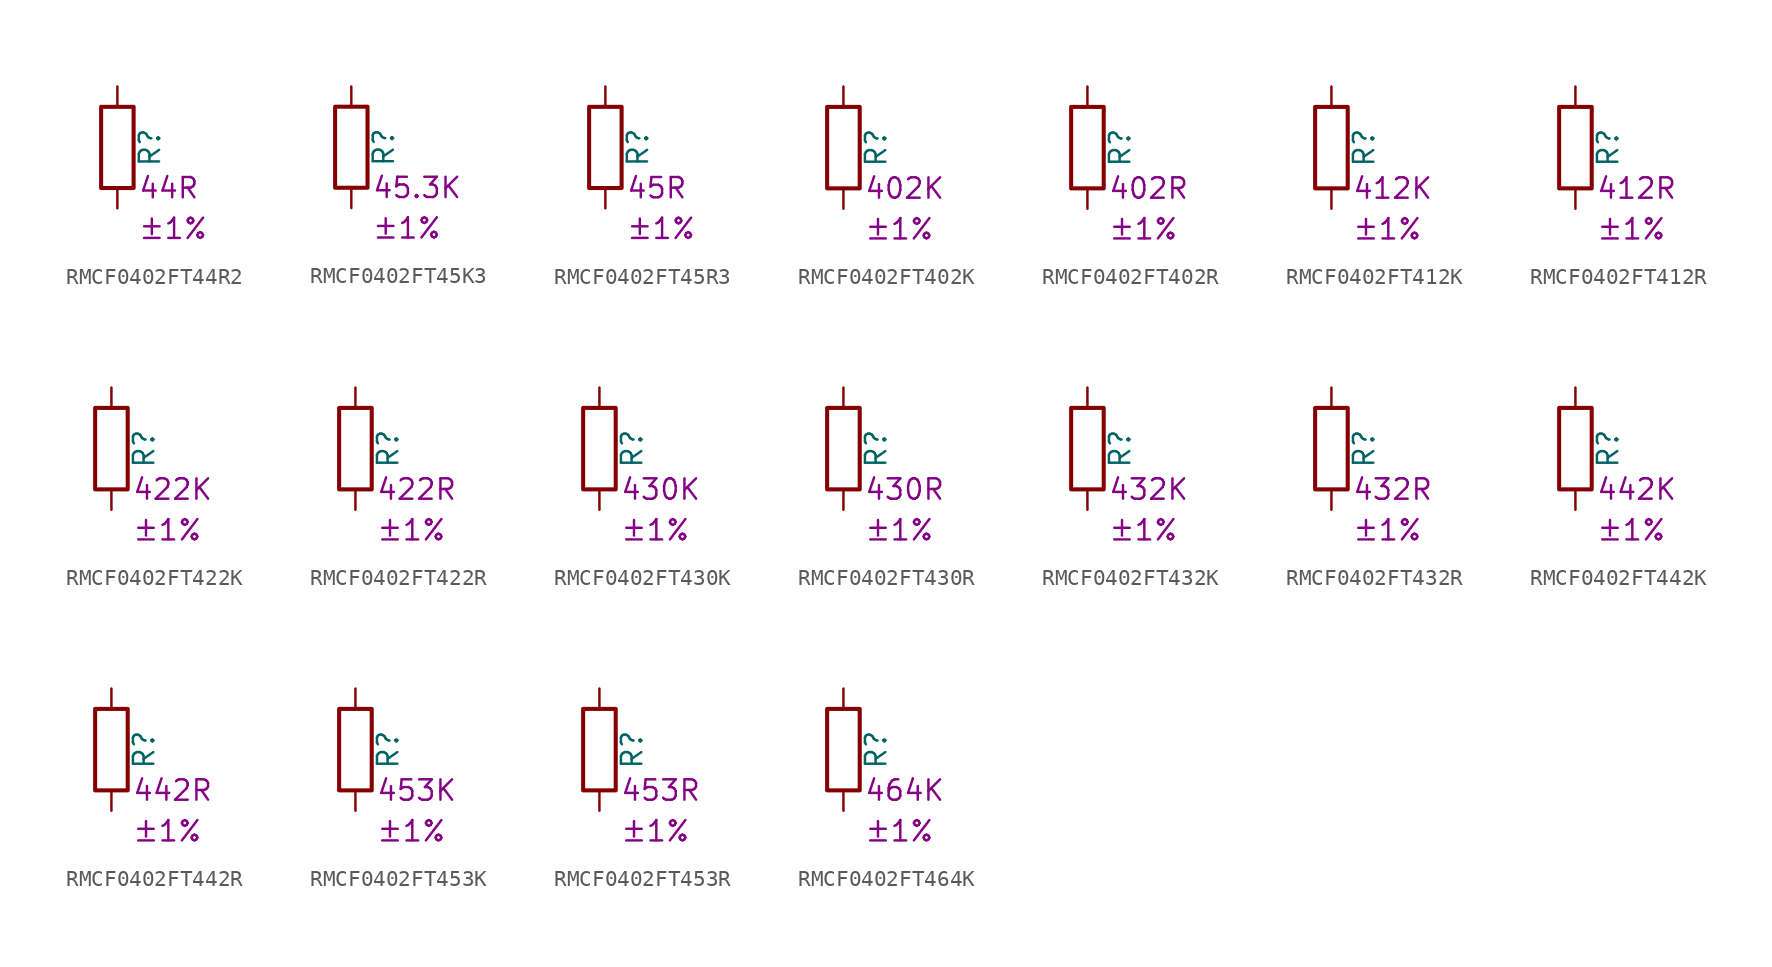
<source format=kicad_sym>
(kicad_symbol_lib
  (version 20220914)
  (generator kicad_symbol_editor)
  (symbol "RMCF0402FT44R2"
    (pin_numbers hide)
    (pin_names
      (offset 0))
    (property "Reference" "R"
      (at 2.032 0 90)
      (effects (font (size 1.27 1.27))))
    (property "Resistance" "44R"
      (at 1.27 -2.54 0)
      (effects (font (size 1.27 1.27)) (justify left)))
    (property "Tolerance" "±1%"
      (at 1.27 -5.08 0)
      (effects (font (size 1.27 1.27)) (justify left)))
    (symbol "RMCF0402FT44R2_0_1"
      (rectangle (start -1.016 -2.54) (end 1.016 2.54) (stroke (width 0.254) (type default)) (fill (type none))))
    (symbol "RMCF0402FT44R2_1_1"
      (pin passive line (at 0 3.81 270) (length 1.27) (name "~" (effects (font (size 1.27 1.27)))) (number "1" (effects (font (size 1.27 1.27)))))
      (pin passive line (at 0 -3.81 90) (length 1.27) (name "~" (effects (font (size 1.27 1.27)))) (number "2" (effects (font (size 1.27 1.27)))))))
  (symbol "RMCF0402FT45K3"
    (pin_numbers hide)
    (pin_names
      (offset 0))
    (property "Reference" "R"
      (at 2.032 0 90)
      (effects (font (size 1.27 1.27))))
    (property "Resistance" "45.3K"
      (at 1.27 -2.54 0)
      (effects (font (size 1.27 1.27)) (justify left)))
    (property "Tolerance" "±1%"
      (at 1.27 -5.08 0)
      (effects (font (size 1.27 1.27)) (justify left)))
    (symbol "RMCF0402FT45K3_0_1"
      (rectangle (start -1.016 -2.54) (end 1.016 2.54) (stroke (width 0.254) (type default)) (fill (type none))))
    (symbol "RMCF0402FT45K3_1_1"
      (pin passive line (at 0 3.81 270) (length 1.27) (name "~" (effects (font (size 1.27 1.27)))) (number "1" (effects (font (size 1.27 1.27)))))
      (pin passive line (at 0 -3.81 90) (length 1.27) (name "~" (effects (font (size 1.27 1.27)))) (number "2" (effects (font (size 1.27 1.27)))))))
  (symbol "RMCF0402FT45R3"
    (pin_numbers hide)
    (pin_names
      (offset 0))
    (property "Reference" "R"
      (at 2.032 0 90)
      (effects (font (size 1.27 1.27))))
    (property "Resistance" "45R"
      (at 1.27 -2.54 0)
      (effects (font (size 1.27 1.27)) (justify left)))
    (property "Tolerance" "±1%"
      (at 1.27 -5.08 0)
      (effects (font (size 1.27 1.27)) (justify left)))
    (symbol "RMCF0402FT45R3_0_1"
      (rectangle (start -1.016 -2.54) (end 1.016 2.54) (stroke (width 0.254) (type default)) (fill (type none))))
    (symbol "RMCF0402FT45R3_1_1"
      (pin passive line (at 0 3.81 270) (length 1.27) (name "~" (effects (font (size 1.27 1.27)))) (number "1" (effects (font (size 1.27 1.27)))))
      (pin passive line (at 0 -3.81 90) (length 1.27) (name "~" (effects (font (size 1.27 1.27)))) (number "2" (effects (font (size 1.27 1.27)))))))
  (symbol "RMCF0402FT402K"
    (pin_numbers hide)
    (pin_names
      (offset 0))
    (property "Reference" "R"
      (at 2.032 0 90)
      (effects (font (size 1.27 1.27))))
    (property "Resistance" "402K"
      (at 1.27 -2.54 0)
      (effects (font (size 1.27 1.27)) (justify left)))
    (property "Tolerance" "±1%"
      (at 1.27 -5.08 0)
      (effects (font (size 1.27 1.27)) (justify left)))
    (symbol "RMCF0402FT402K_0_1"
      (rectangle (start -1.016 -2.54) (end 1.016 2.54) (stroke (width 0.254) (type default)) (fill (type none))))
    (symbol "RMCF0402FT402K_1_1"
      (pin passive line (at 0 3.81 270) (length 1.27) (name "~" (effects (font (size 1.27 1.27)))) (number "1" (effects (font (size 1.27 1.27)))))
      (pin passive line (at 0 -3.81 90) (length 1.27) (name "~" (effects (font (size 1.27 1.27)))) (number "2" (effects (font (size 1.27 1.27)))))))
  (symbol "RMCF0402FT402R"
    (pin_numbers hide)
    (pin_names
      (offset 0))
    (property "Reference" "R"
      (at 2.032 0 90)
      (effects (font (size 1.27 1.27))))
    (property "Resistance" "402R"
      (at 1.27 -2.54 0)
      (effects (font (size 1.27 1.27)) (justify left)))
    (property "Tolerance" "±1%"
      (at 1.27 -5.08 0)
      (effects (font (size 1.27 1.27)) (justify left)))
    (symbol "RMCF0402FT402R_0_1"
      (rectangle (start -1.016 -2.54) (end 1.016 2.54) (stroke (width 0.254) (type default)) (fill (type none))))
    (symbol "RMCF0402FT402R_1_1"
      (pin passive line (at 0 3.81 270) (length 1.27) (name "~" (effects (font (size 1.27 1.27)))) (number "1" (effects (font (size 1.27 1.27)))))
      (pin passive line (at 0 -3.81 90) (length 1.27) (name "~" (effects (font (size 1.27 1.27)))) (number "2" (effects (font (size 1.27 1.27)))))))
  (symbol "RMCF0402FT412K"
    (pin_numbers hide)
    (pin_names
      (offset 0))
    (property "Reference" "R"
      (at 2.032 0 90)
      (effects (font (size 1.27 1.27))))
    (property "Resistance" "412K"
      (at 1.27 -2.54 0)
      (effects (font (size 1.27 1.27)) (justify left)))
    (property "Tolerance" "±1%"
      (at 1.27 -5.08 0)
      (effects (font (size 1.27 1.27)) (justify left)))
    (symbol "RMCF0402FT412K_0_1"
      (rectangle (start -1.016 -2.54) (end 1.016 2.54) (stroke (width 0.254) (type default)) (fill (type none))))
    (symbol "RMCF0402FT412K_1_1"
      (pin passive line (at 0 3.81 270) (length 1.27) (name "~" (effects (font (size 1.27 1.27)))) (number "1" (effects (font (size 1.27 1.27)))))
      (pin passive line (at 0 -3.81 90) (length 1.27) (name "~" (effects (font (size 1.27 1.27)))) (number "2" (effects (font (size 1.27 1.27)))))))
  (symbol "RMCF0402FT412R"
    (pin_numbers hide)
    (pin_names
      (offset 0))
    (property "Reference" "R"
      (at 2.032 0 90)
      (effects (font (size 1.27 1.27))))
    (property "Resistance" "412R"
      (at 1.27 -2.54 0)
      (effects (font (size 1.27 1.27)) (justify left)))
    (property "Tolerance" "±1%"
      (at 1.27 -5.08 0)
      (effects (font (size 1.27 1.27)) (justify left)))
    (symbol "RMCF0402FT412R_0_1"
      (rectangle (start -1.016 -2.54) (end 1.016 2.54) (stroke (width 0.254) (type default)) (fill (type none))))
    (symbol "RMCF0402FT412R_1_1"
      (pin passive line (at 0 3.81 270) (length 1.27) (name "~" (effects (font (size 1.27 1.27)))) (number "1" (effects (font (size 1.27 1.27)))))
      (pin passive line (at 0 -3.81 90) (length 1.27) (name "~" (effects (font (size 1.27 1.27)))) (number "2" (effects (font (size 1.27 1.27)))))))
  (symbol "RMCF0402FT422K"
    (pin_numbers hide)
    (pin_names
      (offset 0))
    (property "Reference" "R"
      (at 2.032 0 90)
      (effects (font (size 1.27 1.27))))
    (property "Resistance" "422K"
      (at 1.27 -2.54 0)
      (effects (font (size 1.27 1.27)) (justify left)))
    (property "Tolerance" "±1%"
      (at 1.27 -5.08 0)
      (effects (font (size 1.27 1.27)) (justify left)))
    (symbol "RMCF0402FT422K_0_1"
      (rectangle (start -1.016 -2.54) (end 1.016 2.54) (stroke (width 0.254) (type default)) (fill (type none))))
    (symbol "RMCF0402FT422K_1_1"
      (pin passive line (at 0 3.81 270) (length 1.27) (name "~" (effects (font (size 1.27 1.27)))) (number "1" (effects (font (size 1.27 1.27)))))
      (pin passive line (at 0 -3.81 90) (length 1.27) (name "~" (effects (font (size 1.27 1.27)))) (number "2" (effects (font (size 1.27 1.27)))))))
  (symbol "RMCF0402FT422R"
    (pin_numbers hide)
    (pin_names
      (offset 0))
    (property "Reference" "R"
      (at 2.032 0 90)
      (effects (font (size 1.27 1.27))))
    (property "Resistance" "422R"
      (at 1.27 -2.54 0)
      (effects (font (size 1.27 1.27)) (justify left)))
    (property "Tolerance" "±1%"
      (at 1.27 -5.08 0)
      (effects (font (size 1.27 1.27)) (justify left)))
    (symbol "RMCF0402FT422R_0_1"
      (rectangle (start -1.016 -2.54) (end 1.016 2.54) (stroke (width 0.254) (type default)) (fill (type none))))
    (symbol "RMCF0402FT422R_1_1"
      (pin passive line (at 0 3.81 270) (length 1.27) (name "~" (effects (font (size 1.27 1.27)))) (number "1" (effects (font (size 1.27 1.27)))))
      (pin passive line (at 0 -3.81 90) (length 1.27) (name "~" (effects (font (size 1.27 1.27)))) (number "2" (effects (font (size 1.27 1.27)))))))
  (symbol "RMCF0402FT430K"
    (pin_numbers hide)
    (pin_names
      (offset 0))
    (property "Reference" "R"
      (at 2.032 0 90)
      (effects (font (size 1.27 1.27))))
    (property "Resistance" "430K"
      (at 1.27 -2.54 0)
      (effects (font (size 1.27 1.27)) (justify left)))
    (property "Tolerance" "±1%"
      (at 1.27 -5.08 0)
      (effects (font (size 1.27 1.27)) (justify left)))
    (symbol "RMCF0402FT430K_0_1"
      (rectangle (start -1.016 -2.54) (end 1.016 2.54) (stroke (width 0.254) (type default)) (fill (type none))))
    (symbol "RMCF0402FT430K_1_1"
      (pin passive line (at 0 3.81 270) (length 1.27) (name "~" (effects (font (size 1.27 1.27)))) (number "1" (effects (font (size 1.27 1.27)))))
      (pin passive line (at 0 -3.81 90) (length 1.27) (name "~" (effects (font (size 1.27 1.27)))) (number "2" (effects (font (size 1.27 1.27)))))))
  (symbol "RMCF0402FT430R"
    (pin_numbers hide)
    (pin_names
      (offset 0))
    (property "Reference" "R"
      (at 2.032 0 90)
      (effects (font (size 1.27 1.27))))
    (property "Resistance" "430R"
      (at 1.27 -2.54 0)
      (effects (font (size 1.27 1.27)) (justify left)))
    (property "Tolerance" "±1%"
      (at 1.27 -5.08 0)
      (effects (font (size 1.27 1.27)) (justify left)))
    (symbol "RMCF0402FT430R_0_1"
      (rectangle (start -1.016 -2.54) (end 1.016 2.54) (stroke (width 0.254) (type default)) (fill (type none))))
    (symbol "RMCF0402FT430R_1_1"
      (pin passive line (at 0 3.81 270) (length 1.27) (name "~" (effects (font (size 1.27 1.27)))) (number "1" (effects (font (size 1.27 1.27)))))
      (pin passive line (at 0 -3.81 90) (length 1.27) (name "~" (effects (font (size 1.27 1.27)))) (number "2" (effects (font (size 1.27 1.27)))))))
  (symbol "RMCF0402FT432K"
    (pin_numbers hide)
    (pin_names
      (offset 0))
    (property "Reference" "R"
      (at 2.032 0 90)
      (effects (font (size 1.27 1.27))))
    (property "Resistance" "432K"
      (at 1.27 -2.54 0)
      (effects (font (size 1.27 1.27)) (justify left)))
    (property "Tolerance" "±1%"
      (at 1.27 -5.08 0)
      (effects (font (size 1.27 1.27)) (justify left)))
    (symbol "RMCF0402FT432K_0_1"
      (rectangle (start -1.016 -2.54) (end 1.016 2.54) (stroke (width 0.254) (type default)) (fill (type none))))
    (symbol "RMCF0402FT432K_1_1"
      (pin passive line (at 0 3.81 270) (length 1.27) (name "~" (effects (font (size 1.27 1.27)))) (number "1" (effects (font (size 1.27 1.27)))))
      (pin passive line (at 0 -3.81 90) (length 1.27) (name "~" (effects (font (size 1.27 1.27)))) (number "2" (effects (font (size 1.27 1.27)))))))
  (symbol "RMCF0402FT432R"
    (pin_numbers hide)
    (pin_names
      (offset 0))
    (property "Reference" "R"
      (at 2.032 0 90)
      (effects (font (size 1.27 1.27))))
    (property "Resistance" "432R"
      (at 1.27 -2.54 0)
      (effects (font (size 1.27 1.27)) (justify left)))
    (property "Tolerance" "±1%"
      (at 1.27 -5.08 0)
      (effects (font (size 1.27 1.27)) (justify left)))
    (symbol "RMCF0402FT432R_0_1"
      (rectangle (start -1.016 -2.54) (end 1.016 2.54) (stroke (width 0.254) (type default)) (fill (type none))))
    (symbol "RMCF0402FT432R_1_1"
      (pin passive line (at 0 3.81 270) (length 1.27) (name "~" (effects (font (size 1.27 1.27)))) (number "1" (effects (font (size 1.27 1.27)))))
      (pin passive line (at 0 -3.81 90) (length 1.27) (name "~" (effects (font (size 1.27 1.27)))) (number "2" (effects (font (size 1.27 1.27)))))))
  (symbol "RMCF0402FT442K"
    (pin_numbers hide)
    (pin_names
      (offset 0))
    (property "Reference" "R"
      (at 2.032 0 90)
      (effects (font (size 1.27 1.27))))
    (property "Resistance" "442K"
      (at 1.27 -2.54 0)
      (effects (font (size 1.27 1.27)) (justify left)))
    (property "Tolerance" "±1%"
      (at 1.27 -5.08 0)
      (effects (font (size 1.27 1.27)) (justify left)))
    (symbol "RMCF0402FT442K_0_1"
      (rectangle (start -1.016 -2.54) (end 1.016 2.54) (stroke (width 0.254) (type default)) (fill (type none))))
    (symbol "RMCF0402FT442K_1_1"
      (pin passive line (at 0 3.81 270) (length 1.27) (name "~" (effects (font (size 1.27 1.27)))) (number "1" (effects (font (size 1.27 1.27)))))
      (pin passive line (at 0 -3.81 90) (length 1.27) (name "~" (effects (font (size 1.27 1.27)))) (number "2" (effects (font (size 1.27 1.27)))))))
  (symbol "RMCF0402FT442R"
    (pin_numbers hide)
    (pin_names
      (offset 0))
    (property "Reference" "R"
      (at 2.032 0 90)
      (effects (font (size 1.27 1.27))))
    (property "Resistance" "442R"
      (at 1.27 -2.54 0)
      (effects (font (size 1.27 1.27)) (justify left)))
    (property "Tolerance" "±1%"
      (at 1.27 -5.08 0)
      (effects (font (size 1.27 1.27)) (justify left)))
    (symbol "RMCF0402FT442R_0_1"
      (rectangle (start -1.016 -2.54) (end 1.016 2.54) (stroke (width 0.254) (type default)) (fill (type none))))
    (symbol "RMCF0402FT442R_1_1"
      (pin passive line (at 0 3.81 270) (length 1.27) (name "~" (effects (font (size 1.27 1.27)))) (number "1" (effects (font (size 1.27 1.27)))))
      (pin passive line (at 0 -3.81 90) (length 1.27) (name "~" (effects (font (size 1.27 1.27)))) (number "2" (effects (font (size 1.27 1.27)))))))
  (symbol "RMCF0402FT453K"
    (pin_numbers hide)
    (pin_names
      (offset 0))
    (property "Reference" "R"
      (at 2.032 0 90)
      (effects (font (size 1.27 1.27))))
    (property "Resistance" "453K"
      (at 1.27 -2.54 0)
      (effects (font (size 1.27 1.27)) (justify left)))
    (property "Tolerance" "±1%"
      (at 1.27 -5.08 0)
      (effects (font (size 1.27 1.27)) (justify left)))
    (symbol "RMCF0402FT453K_0_1"
      (rectangle (start -1.016 -2.54) (end 1.016 2.54) (stroke (width 0.254) (type default)) (fill (type none))))
    (symbol "RMCF0402FT453K_1_1"
      (pin passive line (at 0 3.81 270) (length 1.27) (name "~" (effects (font (size 1.27 1.27)))) (number "1" (effects (font (size 1.27 1.27)))))
      (pin passive line (at 0 -3.81 90) (length 1.27) (name "~" (effects (font (size 1.27 1.27)))) (number "2" (effects (font (size 1.27 1.27)))))))
  (symbol "RMCF0402FT453R"
    (pin_numbers hide)
    (pin_names
      (offset 0))
    (property "Reference" "R"
      (at 2.032 0 90)
      (effects (font (size 1.27 1.27))))
    (property "Resistance" "453R"
      (at 1.27 -2.54 0)
      (effects (font (size 1.27 1.27)) (justify left)))
    (property "Tolerance" "±1%"
      (at 1.27 -5.08 0)
      (effects (font (size 1.27 1.27)) (justify left)))
    (symbol "RMCF0402FT453R_0_1"
      (rectangle (start -1.016 -2.54) (end 1.016 2.54) (stroke (width 0.254) (type default)) (fill (type none))))
    (symbol "RMCF0402FT453R_1_1"
      (pin passive line (at 0 3.81 270) (length 1.27) (name "~" (effects (font (size 1.27 1.27)))) (number "1" (effects (font (size 1.27 1.27)))))
      (pin passive line (at 0 -3.81 90) (length 1.27) (name "~" (effects (font (size 1.27 1.27)))) (number "2" (effects (font (size 1.27 1.27)))))))
  (symbol "RMCF0402FT464K"
    (pin_numbers hide)
    (pin_names
      (offset 0))
    (property "Reference" "R"
      (at 2.032 0 90)
      (effects (font (size 1.27 1.27))))
    (property "Resistance" "464K"
      (at 1.27 -2.54 0)
      (effects (font (size 1.27 1.27)) (justify left)))
    (property "Tolerance" "±1%"
      (at 1.27 -5.08 0)
      (effects (font (size 1.27 1.27)) (justify left)))
    (symbol "RMCF0402FT464K_0_1"
      (rectangle (start -1.016 -2.54) (end 1.016 2.54) (stroke (width 0.254) (type default)) (fill (type none))))
    (symbol "RMCF0402FT464K_1_1"
      (pin passive line (at 0 3.81 270) (length 1.27) (name "~" (effects (font (size 1.27 1.27)))) (number "1" (effects (font (size 1.27 1.27)))))
      (pin passive line (at 0 -3.81 90) (length 1.27) (name "~" (effects (font (size 1.27 1.27)))) (number "2" (effects (font (size 1.27 1.27))))))))
</source>
